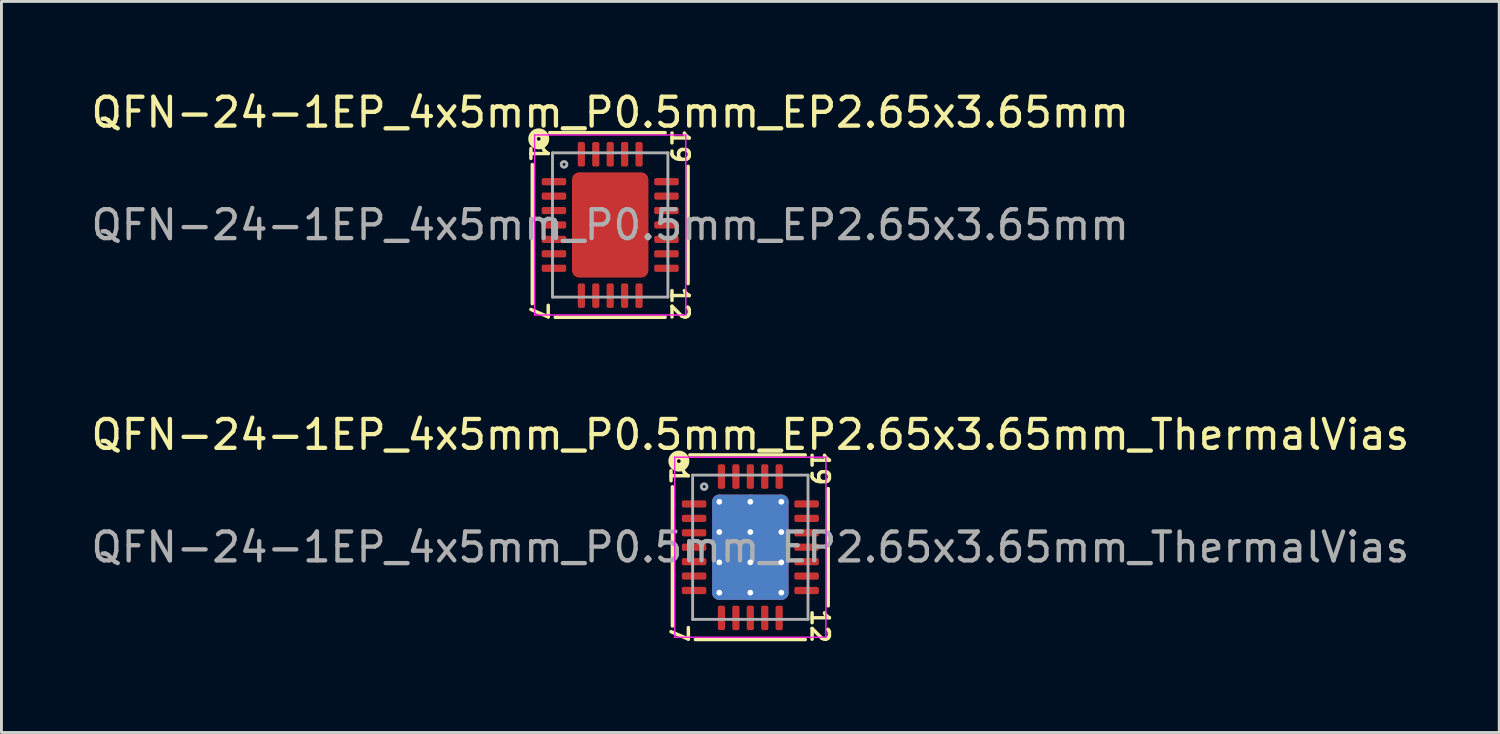
<source format=kicad_pcb>
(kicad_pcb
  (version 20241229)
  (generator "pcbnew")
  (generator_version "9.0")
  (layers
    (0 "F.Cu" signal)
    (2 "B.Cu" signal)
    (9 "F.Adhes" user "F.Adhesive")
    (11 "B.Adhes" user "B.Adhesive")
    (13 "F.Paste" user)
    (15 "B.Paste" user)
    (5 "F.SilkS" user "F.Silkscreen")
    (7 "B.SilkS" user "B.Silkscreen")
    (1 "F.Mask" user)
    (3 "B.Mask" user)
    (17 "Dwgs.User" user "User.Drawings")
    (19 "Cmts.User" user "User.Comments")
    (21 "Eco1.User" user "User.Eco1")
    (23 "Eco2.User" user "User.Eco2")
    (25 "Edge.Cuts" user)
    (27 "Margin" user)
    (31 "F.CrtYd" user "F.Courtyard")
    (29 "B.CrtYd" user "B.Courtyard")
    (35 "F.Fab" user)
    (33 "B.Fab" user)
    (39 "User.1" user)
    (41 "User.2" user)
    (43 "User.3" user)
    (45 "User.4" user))
  (footprint "QFN-24-1EP_4x5mm_P0.5mm_EP2.65x3.65mm_ThermalVias"
    (layer "F.Cu")
    (at 22.958 15.918)
    (property "Reference" "QFN-24-1EP_4x5mm_P0.5mm_EP2.65x3.65mm_ThermalVias" (at 0 -3.9 0) (layer "F.SilkS") (effects (font (size 1 1) (thickness 0.15))))
    (attr smd)
    (fp_line (start -2.7 -2.095) (end -2.7 2.731) (stroke (width 0.12) (type solid)) (layer "F.SilkS"))
    (fp_line (start -1.905 3.2) (end 1.905 3.2) (stroke (width 0.12) (type solid)) (layer "F.SilkS"))
    (fp_line (start 1.905 -3.2) (end -2.095 -3.2) (stroke (width 0.12) (type solid)) (layer "F.SilkS"))
    (fp_line (start 2.7 2.032) (end 2.7 -2.032) (stroke (width 0.12) (type solid)) (layer "F.SilkS"))
    (fp_circle (center -2.477 -2.985) (end -2.413 -2.985) (stroke (width 0.3) (type solid)) (fill no) (layer "F.SilkS"))
    (fp_line (start -2.62 -3.12) (end -2.62 3.12) (stroke (width 0.05) (type solid)) (layer "F.CrtYd"))
    (fp_line (start -2.62 3.12) (end 2.62 3.12) (stroke (width 0.05) (type solid)) (layer "F.CrtYd"))
    (fp_line (start 2.62 -3.12) (end -2.62 -3.12) (stroke (width 0.05) (type solid)) (layer "F.CrtYd"))
    (fp_line (start 2.62 3.12) (end 2.62 -3.12) (stroke (width 0.05) (type solid)) (layer "F.CrtYd"))
    (fp_line (start -2 -2.5) (end 2 -2.5) (stroke (width 0.1) (type solid)) (layer "F.Fab"))
    (fp_line (start -2 2.5) (end -2 -2.5) (stroke (width 0.1) (type solid)) (layer "F.Fab"))
    (fp_line (start 2 -2.5) (end 2 2.5) (stroke (width 0.1) (type solid)) (layer "F.Fab"))
    (fp_line (start 2 2.5) (end -2 2.5) (stroke (width 0.1) (type solid)) (layer "F.Fab"))
    (fp_circle (center -1.6 -2.1) (end -1.5 -2.1) (stroke (width 0.1) (type solid)) (fill no) (layer "F.Fab"))
    (fp_text user "19" (at 2.413 -2.731 270) (unlocked yes) (layer "F.SilkS") (effects (font (size 0.6 0.6) (thickness 0.12))))
    (fp_text user "7" (at -2.477 2.985 270) (unlocked yes) (layer "F.SilkS") (effects (font (size 0.6 0.6) (thickness 0.12))))
    (fp_text user "1" (at -2.477 -2.477 270) (unlocked yes) (layer "F.SilkS") (effects (font (size 0.6 0.6) (thickness 0.12))))
    (fp_text user "12" (at 2.413 2.731 270) (unlocked yes) (layer "F.SilkS") (effects (font (size 0.6 0.6) (thickness 0.12))))
    (fp_text user "${REFERENCE}" (at 0 0 0) (layer "F.Fab") (effects (font (size 1 1) (thickness 0.15))))
    (pad "" smd roundrect (at -0.66 -1.22) (size 1.15 1.05) (layers "F.Paste") (roundrect_rratio 0.238))
    (pad "" smd roundrect (at -0.66 0) (size 1.15 1.05) (layers "F.Paste") (roundrect_rratio 0.238))
    (pad "" smd roundrect (at -0.66 1.22) (size 1.15 1.05) (layers "F.Paste") (roundrect_rratio 0.238))
    (pad "" smd roundrect (at 0.66 -1.22) (size 1.15 1.05) (layers "F.Paste") (roundrect_rratio 0.238))
    (pad "" smd roundrect (at 0.66 0) (size 1.15 1.05) (layers "F.Paste") (roundrect_rratio 0.238))
    (pad "" smd roundrect (at 0.66 1.22) (size 1.15 1.05) (layers "F.Paste") (roundrect_rratio 0.238))
    (pad "1" smd roundrect (at -1.95 -1.5) (size 0.85 0.25) (layers "F.Cu" "F.Mask" "F.Paste") (roundrect_rratio 0.25))
    (pad "2" smd roundrect (at -1.95 -1) (size 0.85 0.25) (layers "F.Cu" "F.Mask" "F.Paste") (roundrect_rratio 0.25))
    (pad "3" smd roundrect (at -1.95 -0.5) (size 0.85 0.25) (layers "F.Cu" "F.Mask" "F.Paste") (roundrect_rratio 0.25))
    (pad "4" smd roundrect (at -1.95 0) (size 0.85 0.25) (layers "F.Cu" "F.Mask" "F.Paste") (roundrect_rratio 0.25))
    (pad "5" smd roundrect (at -1.95 0.5) (size 0.85 0.25) (layers "F.Cu" "F.Mask" "F.Paste") (roundrect_rratio 0.25))
    (pad "6" smd roundrect (at -1.95 1) (size 0.85 0.25) (layers "F.Cu" "F.Mask" "F.Paste") (roundrect_rratio 0.25))
    (pad "7" smd roundrect (at -1.95 1.5) (size 0.85 0.25) (layers "F.Cu" "F.Mask" "F.Paste") (roundrect_rratio 0.25))
    (pad "8" smd roundrect (at -1 2.45) (size 0.25 0.85) (layers "F.Cu" "F.Mask" "F.Paste") (roundrect_rratio 0.25))
    (pad "9" smd roundrect (at -0.5 2.45) (size 0.25 0.85) (layers "F.Cu" "F.Mask" "F.Paste") (roundrect_rratio 0.25))
    (pad "10" smd roundrect (at 0 2.45) (size 0.25 0.85) (layers "F.Cu" "F.Mask" "F.Paste") (roundrect_rratio 0.25))
    (pad "11" smd roundrect (at 0.5 2.45) (size 0.25 0.85) (layers "F.Cu" "F.Mask" "F.Paste") (roundrect_rratio 0.25))
    (pad "12" smd roundrect (at 1 2.45) (size 0.25 0.85) (layers "F.Cu" "F.Mask" "F.Paste") (roundrect_rratio 0.25))
    (pad "13" smd roundrect (at 1.95 1.5) (size 0.85 0.25) (layers "F.Cu" "F.Mask" "F.Paste") (roundrect_rratio 0.25))
    (pad "14" smd roundrect (at 1.95 1) (size 0.85 0.25) (layers "F.Cu" "F.Mask" "F.Paste") (roundrect_rratio 0.25))
    (pad "15" smd roundrect (at 1.95 0.5) (size 0.85 0.25) (layers "F.Cu" "F.Mask" "F.Paste") (roundrect_rratio 0.25))
    (pad "16" smd roundrect (at 1.95 0) (size 0.85 0.25) (layers "F.Cu" "F.Mask" "F.Paste") (roundrect_rratio 0.25))
    (pad "17" smd roundrect (at 1.95 -0.5) (size 0.85 0.25) (layers "F.Cu" "F.Mask" "F.Paste") (roundrect_rratio 0.25))
    (pad "18" smd roundrect (at 1.95 -1) (size 0.85 0.25) (layers "F.Cu" "F.Mask" "F.Paste") (roundrect_rratio 0.25))
    (pad "19" smd roundrect (at 1.95 -1.5) (size 0.85 0.25) (layers "F.Cu" "F.Mask" "F.Paste") (roundrect_rratio 0.25))
    (pad "20" smd roundrect (at 1 -2.45) (size 0.25 0.85) (layers "F.Cu" "F.Mask" "F.Paste") (roundrect_rratio 0.25))
    (pad "21" smd roundrect (at 0.5 -2.45) (size 0.25 0.85) (layers "F.Cu" "F.Mask" "F.Paste") (roundrect_rratio 0.25))
    (pad "22" smd roundrect (at 0 -2.45) (size 0.25 0.85) (layers "F.Cu" "F.Mask" "F.Paste") (roundrect_rratio 0.25))
    (pad "23" smd roundrect (at -0.5 -2.45) (size 0.25 0.85) (layers "F.Cu" "F.Mask" "F.Paste") (roundrect_rratio 0.25))
    (pad "24" smd roundrect (at -1 -2.45) (size 0.25 0.85) (layers "F.Cu" "F.Mask" "F.Paste") (roundrect_rratio 0.25))
    (pad "25" thru_hole circle (at -1.075 -1.575) (size 0.5 0.5) (drill 0.2) (property pad_prop_heatsink) (layers "*.Cu"))
    (pad "25" thru_hole circle (at -1.075 -0.525) (size 0.5 0.5) (drill 0.2) (property pad_prop_heatsink) (layers "*.Cu"))
    (pad "25" thru_hole circle (at -1.075 0.525) (size 0.5 0.5) (drill 0.2) (property pad_prop_heatsink) (layers "*.Cu"))
    (pad "25" thru_hole circle (at -1.075 1.575) (size 0.5 0.5) (drill 0.2) (property pad_prop_heatsink) (layers "*.Cu"))
    (pad "25" thru_hole circle (at 0 -1.575) (size 0.5 0.5) (drill 0.2) (property pad_prop_heatsink) (layers "*.Cu"))
    (pad "25" thru_hole circle (at 0 -0.525) (size 0.5 0.5) (drill 0.2) (property pad_prop_heatsink) (layers "*.Cu"))
    (pad "25" smd roundrect (at 0 0) (size 2.65 3.65) (layers "F.Cu" "F.Mask") (roundrect_rratio 0.094))
    (pad "25" smd roundrect (at 0 0) (size 2.65 3.65) (layers "B.Cu" "B.Mask") (roundrect_rratio 0.094))
    (pad "25" thru_hole circle (at 0 0.525) (size 0.5 0.5) (drill 0.2) (property pad_prop_heatsink) (layers "*.Cu"))
    (pad "25" thru_hole circle (at 0 1.575) (size 0.5 0.5) (drill 0.2) (property pad_prop_heatsink) (layers "*.Cu"))
    (pad "25" thru_hole circle (at 1.075 -1.575) (size 0.5 0.5) (drill 0.2) (property pad_prop_heatsink) (layers "*.Cu"))
    (pad "25" thru_hole circle (at 1.075 -0.525) (size 0.5 0.5) (drill 0.2) (property pad_prop_heatsink) (layers "*.Cu"))
    (pad "25" thru_hole circle (at 1.075 0.525) (size 0.5 0.5) (drill 0.2) (property pad_prop_heatsink) (layers "*.Cu"))
    (pad "25" thru_hole circle (at 1.075 1.575) (size 0.5 0.5) (drill 0.2) (property pad_prop_heatsink) (layers "*.Cu")))
  (footprint "QFN-24-1EP_4x5mm_P0.5mm_EP2.65x3.65mm"
    (layer "F.Cu")
    (at 18.101 4.748)
    (property "Reference" "QFN-24-1EP_4x5mm_P0.5mm_EP2.65x3.65mm" (at 0 -3.9 0) (layer "F.SilkS") (effects (font (size 1 1) (thickness 0.15))))
    (attr smd)
    (fp_line (start -2.7 -2.095) (end -2.7 2.731) (stroke (width 0.12) (type solid)) (layer "F.SilkS"))
    (fp_line (start -1.905 3.2) (end 1.905 3.2) (stroke (width 0.12) (type solid)) (layer "F.SilkS"))
    (fp_line (start 1.905 -3.2) (end -2.095 -3.2) (stroke (width 0.12) (type solid)) (layer "F.SilkS"))
    (fp_line (start 2.7 2.032) (end 2.7 -2.032) (stroke (width 0.12) (type solid)) (layer "F.SilkS"))
    (fp_circle (center -2.477 -2.985) (end -2.413 -2.985) (stroke (width 0.3) (type solid)) (fill no) (layer "F.SilkS"))
    (fp_line (start -2.62 -3.12) (end -2.62 3.12) (stroke (width 0.05) (type solid)) (layer "F.CrtYd"))
    (fp_line (start -2.62 3.12) (end 2.62 3.12) (stroke (width 0.05) (type solid)) (layer "F.CrtYd"))
    (fp_line (start 2.62 -3.12) (end -2.62 -3.12) (stroke (width 0.05) (type solid)) (layer "F.CrtYd"))
    (fp_line (start 2.62 3.12) (end 2.62 -3.12) (stroke (width 0.05) (type solid)) (layer "F.CrtYd"))
    (fp_line (start -2 -2.5) (end 2 -2.5) (stroke (width 0.1) (type solid)) (layer "F.Fab"))
    (fp_line (start -2 2.5) (end -2 -2.5) (stroke (width 0.1) (type solid)) (layer "F.Fab"))
    (fp_line (start 2 -2.5) (end 2 2.5) (stroke (width 0.1) (type solid)) (layer "F.Fab"))
    (fp_line (start 2 2.5) (end -2 2.5) (stroke (width 0.1) (type solid)) (layer "F.Fab"))
    (fp_circle (center -1.6 -2.1) (end -1.5 -2.1) (stroke (width 0.1) (type solid)) (fill no) (layer "F.Fab"))
    (fp_text user "19" (at 2.413 -2.731 270) (unlocked yes) (layer "F.SilkS") (effects (font (size 0.6 0.6) (thickness 0.12))))
    (fp_text user "1" (at -2.477 -2.477 270) (unlocked yes) (layer "F.SilkS") (effects (font (size 0.6 0.6) (thickness 0.12))))
    (fp_text user "7" (at -2.477 2.985 270) (unlocked yes) (layer "F.SilkS") (effects (font (size 0.6 0.6) (thickness 0.12))))
    (fp_text user "12" (at 2.413 2.731 270) (unlocked yes) (layer "F.SilkS") (effects (font (size 0.6 0.6) (thickness 0.12))))
    (fp_text user "${REFERENCE}" (at 0 0 0) (layer "F.Fab") (effects (font (size 1 1) (thickness 0.15))))
    (pad "" smd roundrect (at -0.66 -1.22) (size 1.07 0.98) (layers "F.Paste") (roundrect_rratio 0.25))
    (pad "" smd roundrect (at -0.66 0) (size 1.07 0.98) (layers "F.Paste") (roundrect_rratio 0.25))
    (pad "" smd roundrect (at -0.66 1.22) (size 1.07 0.98) (layers "F.Paste") (roundrect_rratio 0.25))
    (pad "" smd roundrect (at 0.66 -1.22) (size 1.07 0.98) (layers "F.Paste") (roundrect_rratio 0.25))
    (pad "" smd roundrect (at 0.66 0) (size 1.07 0.98) (layers "F.Paste") (roundrect_rratio 0.25))
    (pad "" smd roundrect (at 0.66 1.22) (size 1.07 0.98) (layers "F.Paste") (roundrect_rratio 0.25))
    (pad "1" smd roundrect (at -1.95 -1.5) (size 0.85 0.25) (layers "F.Cu" "F.Mask" "F.Paste") (roundrect_rratio 0.25))
    (pad "2" smd roundrect (at -1.95 -1) (size 0.85 0.25) (layers "F.Cu" "F.Mask" "F.Paste") (roundrect_rratio 0.25))
    (pad "3" smd roundrect (at -1.95 -0.5) (size 0.85 0.25) (layers "F.Cu" "F.Mask" "F.Paste") (roundrect_rratio 0.25))
    (pad "4" smd roundrect (at -1.95 0) (size 0.85 0.25) (layers "F.Cu" "F.Mask" "F.Paste") (roundrect_rratio 0.25))
    (pad "5" smd roundrect (at -1.95 0.5) (size 0.85 0.25) (layers "F.Cu" "F.Mask" "F.Paste") (roundrect_rratio 0.25))
    (pad "6" smd roundrect (at -1.95 1) (size 0.85 0.25) (layers "F.Cu" "F.Mask" "F.Paste") (roundrect_rratio 0.25))
    (pad "7" smd roundrect (at -1.95 1.5) (size 0.85 0.25) (layers "F.Cu" "F.Mask" "F.Paste") (roundrect_rratio 0.25))
    (pad "8" smd roundrect (at -1 2.45) (size 0.25 0.85) (layers "F.Cu" "F.Mask" "F.Paste") (roundrect_rratio 0.25))
    (pad "9" smd roundrect (at -0.5 2.45) (size 0.25 0.85) (layers "F.Cu" "F.Mask" "F.Paste") (roundrect_rratio 0.25))
    (pad "10" smd roundrect (at 0 2.45) (size 0.25 0.85) (layers "F.Cu" "F.Mask" "F.Paste") (roundrect_rratio 0.25))
    (pad "11" smd roundrect (at 0.5 2.45) (size 0.25 0.85) (layers "F.Cu" "F.Mask" "F.Paste") (roundrect_rratio 0.25))
    (pad "12" smd roundrect (at 1 2.45) (size 0.25 0.85) (layers "F.Cu" "F.Mask" "F.Paste") (roundrect_rratio 0.25))
    (pad "13" smd roundrect (at 1.95 1.5) (size 0.85 0.25) (layers "F.Cu" "F.Mask" "F.Paste") (roundrect_rratio 0.25))
    (pad "14" smd roundrect (at 1.95 1) (size 0.85 0.25) (layers "F.Cu" "F.Mask" "F.Paste") (roundrect_rratio 0.25))
    (pad "15" smd roundrect (at 1.95 0.5) (size 0.85 0.25) (layers "F.Cu" "F.Mask" "F.Paste") (roundrect_rratio 0.25))
    (pad "16" smd roundrect (at 1.95 0) (size 0.85 0.25) (layers "F.Cu" "F.Mask" "F.Paste") (roundrect_rratio 0.25))
    (pad "17" smd roundrect (at 1.95 -0.5) (size 0.85 0.25) (layers "F.Cu" "F.Mask" "F.Paste") (roundrect_rratio 0.25))
    (pad "18" smd roundrect (at 1.95 -1) (size 0.85 0.25) (layers "F.Cu" "F.Mask" "F.Paste") (roundrect_rratio 0.25))
    (pad "19" smd roundrect (at 1.95 -1.5) (size 0.85 0.25) (layers "F.Cu" "F.Mask" "F.Paste") (roundrect_rratio 0.25))
    (pad "20" smd roundrect (at 1 -2.45) (size 0.25 0.85) (layers "F.Cu" "F.Mask" "F.Paste") (roundrect_rratio 0.25))
    (pad "21" smd roundrect (at 0.5 -2.45) (size 0.25 0.85) (layers "F.Cu" "F.Mask" "F.Paste") (roundrect_rratio 0.25))
    (pad "22" smd roundrect (at 0 -2.45) (size 0.25 0.85) (layers "F.Cu" "F.Mask" "F.Paste") (roundrect_rratio 0.25))
    (pad "23" smd roundrect (at -0.5 -2.45) (size 0.25 0.85) (layers "F.Cu" "F.Mask" "F.Paste") (roundrect_rratio 0.25))
    (pad "24" smd roundrect (at -1 -2.45) (size 0.25 0.85) (layers "F.Cu" "F.Mask" "F.Paste") (roundrect_rratio 0.25))
    (pad "25" smd roundrect (at 0 0) (size 2.65 3.65) (layers "F.Cu" "F.Mask") (roundrect_rratio 0.094)))
  (gr_rect
    (start -3 -3)
    (end 48.917 22.34)
    (stroke (width 0.1) (type default))
    (fill no)
    (layer "Edge.Cuts")))
</source>
